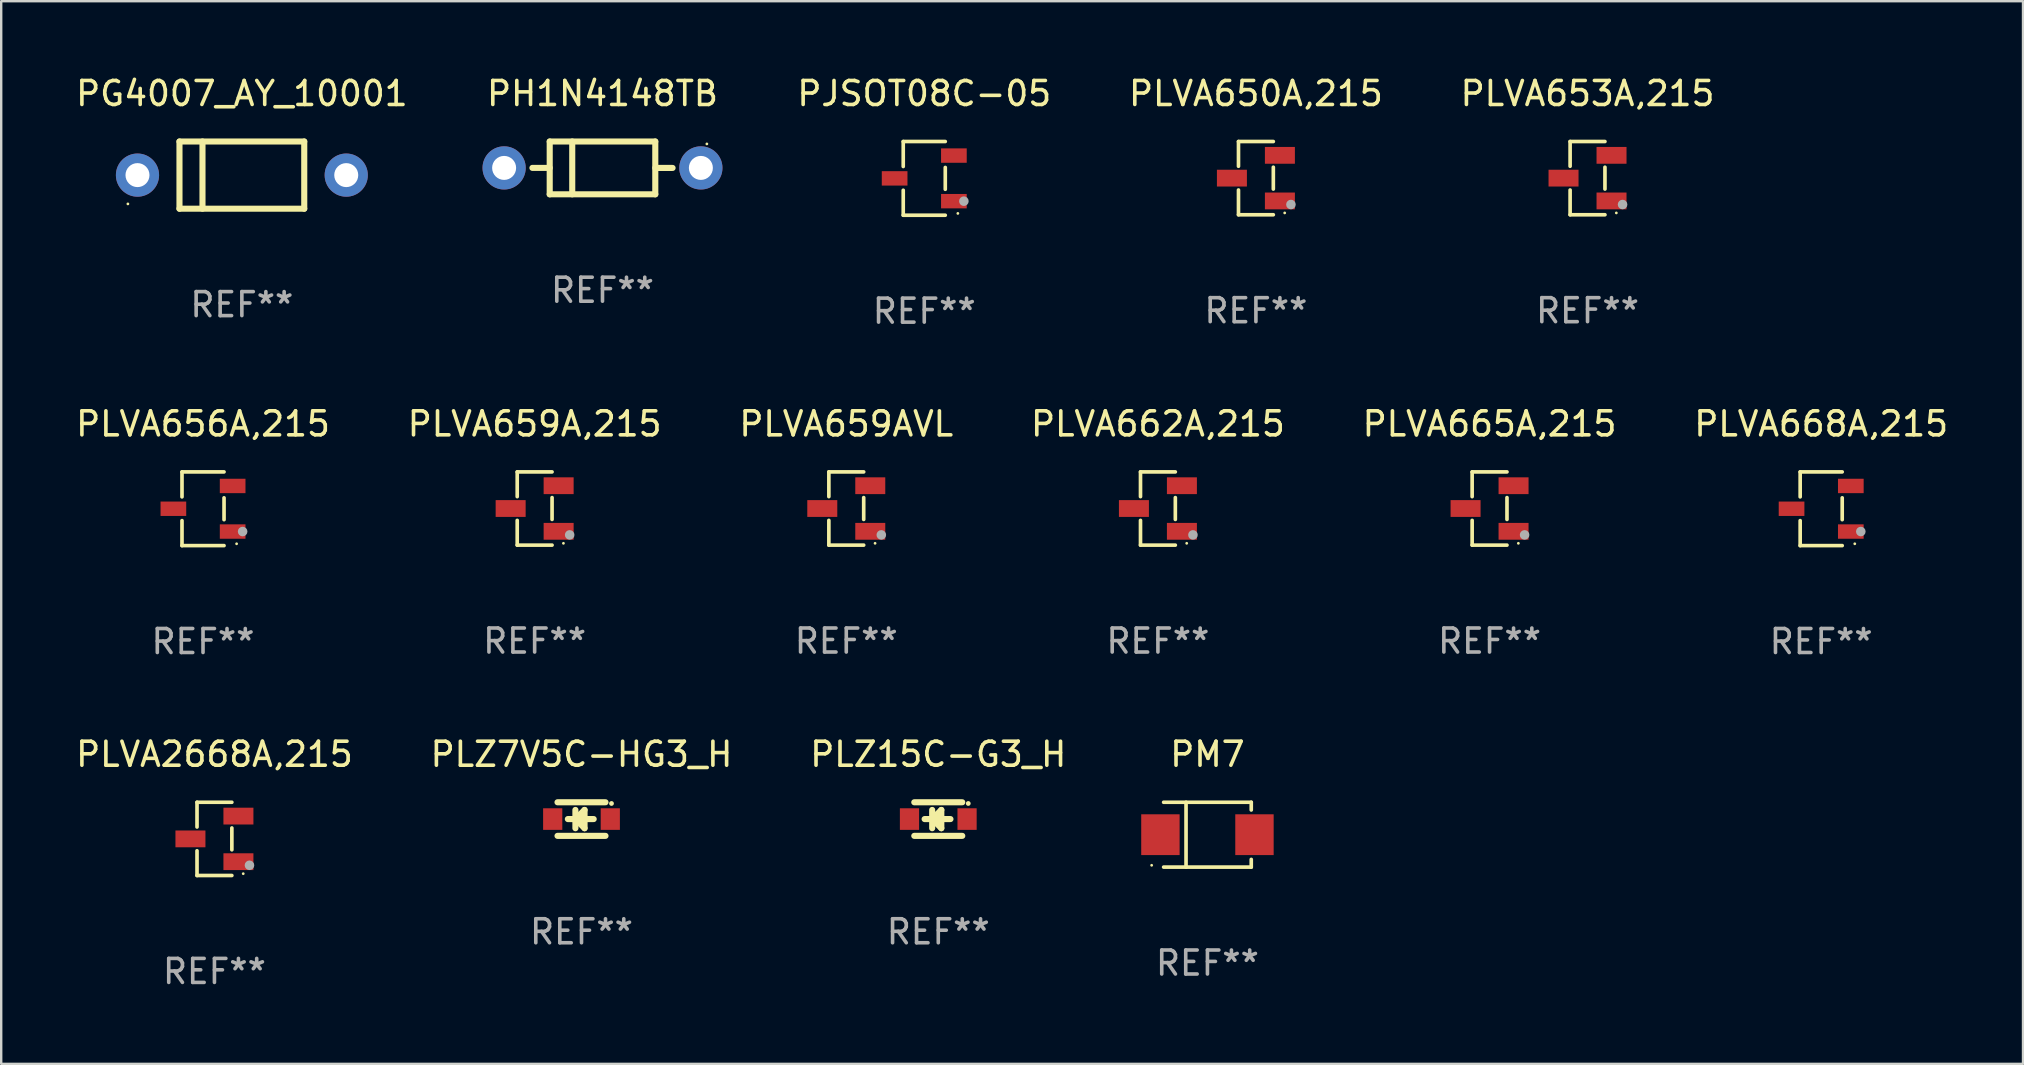
<source format=kicad_pcb>
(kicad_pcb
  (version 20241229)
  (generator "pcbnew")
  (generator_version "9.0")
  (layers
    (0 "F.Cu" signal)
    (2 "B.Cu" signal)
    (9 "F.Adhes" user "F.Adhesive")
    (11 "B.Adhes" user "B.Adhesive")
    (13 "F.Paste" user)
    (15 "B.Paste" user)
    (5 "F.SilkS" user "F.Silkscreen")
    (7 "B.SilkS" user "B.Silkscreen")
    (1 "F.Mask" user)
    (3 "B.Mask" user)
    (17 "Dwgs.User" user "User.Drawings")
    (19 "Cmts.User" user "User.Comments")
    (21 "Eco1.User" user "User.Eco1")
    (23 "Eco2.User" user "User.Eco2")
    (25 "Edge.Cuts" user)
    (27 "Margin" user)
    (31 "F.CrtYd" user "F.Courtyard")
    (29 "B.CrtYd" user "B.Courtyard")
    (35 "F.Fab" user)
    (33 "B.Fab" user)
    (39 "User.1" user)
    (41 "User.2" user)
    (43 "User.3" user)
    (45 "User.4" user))
  (footprint "PLVA662A,215"
    (layer "F.Cu")
    (at 45.208 18.143)
    (property "Reference" "PLVA662A,215" (at 0 -3.526 0) (layer "F.SilkS") (effects (font (size 1 1) (thickness 0.15))))
    (attr through_hole)
    (fp_line (start -0.726 -1.526) (end -0.726 -0.495) (stroke (width 0.152) (type solid)) (layer "F.SilkS"))
    (fp_line (start -0.726 1.526) (end -0.726 0.495) (stroke (width 0.152) (type solid)) (layer "F.SilkS"))
    (fp_line (start 0.726 -1.526) (end -0.726 -1.526) (stroke (width 0.152) (type solid)) (layer "F.SilkS"))
    (fp_line (start 0.726 -0.455) (end 0.726 0.455) (stroke (width 0.152) (type solid)) (layer "F.SilkS"))
    (fp_line (start 0.726 1.526) (end -0.726 1.526) (stroke (width 0.152) (type solid)) (layer "F.SilkS"))
    (fp_circle (center 1.2 1.45) (end 1.23 1.45) (stroke (width 0.06) (type solid)) (fill no) (layer "F.SilkS"))
    (fp_circle (center 1.46 1.1) (end 1.56 1.1) (stroke (width 0.2) (type solid)) (fill no) (layer "F.Fab"))
    (fp_text user "REF**" (at 0 5.526 0) (layer "F.Fab") (effects (font (size 1 1) (thickness 0.15))))
    (pad "1" smd rect (at 1 0.95) (size 1.25 0.7) (layers "F.Cu" "F.Mask" "F.Paste"))
    (pad "2" smd rect (at 1 -0.95) (size 1.25 0.7) (layers "F.Cu" "F.Mask" "F.Paste"))
    (pad "3" smd rect (at -1 0) (size 1.25 0.7) (layers "F.Cu" "F.Mask" "F.Paste")))
  (footprint "PLVA2668A,215"
    (layer "F.Cu")
    (at 5.887 31.912)
    (property "Reference" "PLVA2668A,215" (at 0 -3.526 0) (layer "F.SilkS") (effects (font (size 1 1) (thickness 0.15))))
    (attr through_hole)
    (fp_line (start -0.726 -1.526) (end -0.726 -0.495) (stroke (width 0.152) (type solid)) (layer "F.SilkS"))
    (fp_line (start -0.726 1.526) (end -0.726 0.495) (stroke (width 0.152) (type solid)) (layer "F.SilkS"))
    (fp_line (start 0.726 -1.526) (end -0.726 -1.526) (stroke (width 0.152) (type solid)) (layer "F.SilkS"))
    (fp_line (start 0.726 -0.455) (end 0.726 0.455) (stroke (width 0.152) (type solid)) (layer "F.SilkS"))
    (fp_line (start 0.726 1.526) (end -0.726 1.526) (stroke (width 0.152) (type solid)) (layer "F.SilkS"))
    (fp_circle (center 1.2 1.45) (end 1.23 1.45) (stroke (width 0.06) (type solid)) (fill no) (layer "F.SilkS"))
    (fp_circle (center 1.46 1.1) (end 1.56 1.1) (stroke (width 0.2) (type solid)) (fill no) (layer "F.Fab"))
    (fp_text user "REF**" (at 0 5.526 0) (layer "F.Fab") (effects (font (size 1 1) (thickness 0.15))))
    (pad "1" smd rect (at 1 0.95) (size 1.25 0.7) (layers "F.Cu" "F.Mask" "F.Paste"))
    (pad "2" smd rect (at 1 -0.95) (size 1.25 0.7) (layers "F.Cu" "F.Mask" "F.Paste"))
    (pad "3" smd rect (at -1 0) (size 1.25 0.7) (layers "F.Cu" "F.Mask" "F.Paste")))
  (footprint "PLVA665A,215"
    (layer "F.Cu")
    (at 59.03 18.143)
    (property "Reference" "PLVA665A,215" (at 0 -3.526 0) (layer "F.SilkS") (effects (font (size 1 1) (thickness 0.15))))
    (attr through_hole)
    (fp_line (start -0.726 -1.526) (end -0.726 -0.495) (stroke (width 0.152) (type solid)) (layer "F.SilkS"))
    (fp_line (start -0.726 1.526) (end -0.726 0.495) (stroke (width 0.152) (type solid)) (layer "F.SilkS"))
    (fp_line (start 0.726 -1.526) (end -0.726 -1.526) (stroke (width 0.152) (type solid)) (layer "F.SilkS"))
    (fp_line (start 0.726 -0.455) (end 0.726 0.455) (stroke (width 0.152) (type solid)) (layer "F.SilkS"))
    (fp_line (start 0.726 1.526) (end -0.726 1.526) (stroke (width 0.152) (type solid)) (layer "F.SilkS"))
    (fp_circle (center 1.2 1.45) (end 1.23 1.45) (stroke (width 0.06) (type solid)) (fill no) (layer "F.SilkS"))
    (fp_circle (center 1.46 1.1) (end 1.56 1.1) (stroke (width 0.2) (type solid)) (fill no) (layer "F.Fab"))
    (fp_text user "REF**" (at 0 5.526 0) (layer "F.Fab") (effects (font (size 1 1) (thickness 0.15))))
    (pad "1" smd rect (at 1 0.95) (size 1.25 0.7) (layers "F.Cu" "F.Mask" "F.Paste"))
    (pad "2" smd rect (at 1 -0.95) (size 1.25 0.7) (layers "F.Cu" "F.Mask" "F.Paste"))
    (pad "3" smd rect (at -1 0) (size 1.25 0.7) (layers "F.Cu" "F.Mask" "F.Paste")))
  (footprint "PLVA656A,215"
    (layer "F.Cu")
    (at 5.411 18.153)
    (property "Reference" "PLVA656A,215" (at 0 -3.536 0) (layer "F.SilkS") (effects (font (size 1 1) (thickness 0.15))))
    (attr through_hole)
    (fp_line (start -0.876 -1.536) (end -0.876 -0.495) (stroke (width 0.152) (type solid)) (layer "F.SilkS"))
    (fp_line (start -0.876 1.536) (end -0.876 0.495) (stroke (width 0.152) (type solid)) (layer "F.SilkS"))
    (fp_line (start 0.876 -1.536) (end -0.876 -1.536) (stroke (width 0.152) (type solid)) (layer "F.SilkS"))
    (fp_line (start 0.876 -0.455) (end 0.876 0.455) (stroke (width 0.152) (type solid)) (layer "F.SilkS"))
    (fp_line (start 0.876 1.536) (end -0.876 1.536) (stroke (width 0.152) (type solid)) (layer "F.SilkS"))
    (fp_circle (center 1.4 1.46) (end 1.43 1.46) (stroke (width 0.06) (type solid)) (fill no) (layer "F.SilkS"))
    (fp_circle (center 1.651 0.95) (end 1.751 0.95) (stroke (width 0.2) (type solid)) (fill no) (layer "F.Fab"))
    (fp_text user "REF**" (at 0 5.536 0) (layer "F.Fab") (effects (font (size 1 1) (thickness 0.15))))
    (pad "1" smd rect (at 1.235 0.95) (size 1.07 0.6) (layers "F.Cu" "F.Mask" "F.Paste"))
    (pad "2" smd rect (at 1.235 -0.95) (size 1.07 0.6) (layers "F.Cu" "F.Mask" "F.Paste"))
    (pad "3" smd rect (at -1.235 0) (size 1.07 0.6) (layers "F.Cu" "F.Mask" "F.Paste")))
  (footprint "PLVA668A,215"
    (layer "F.Cu")
    (at 72.851 18.153)
    (property "Reference" "PLVA668A,215" (at 0 -3.536 0) (layer "F.SilkS") (effects (font (size 1 1) (thickness 0.15))))
    (attr through_hole)
    (fp_line (start -0.876 -1.536) (end -0.876 -0.495) (stroke (width 0.152) (type solid)) (layer "F.SilkS"))
    (fp_line (start -0.876 1.536) (end -0.876 0.495) (stroke (width 0.152) (type solid)) (layer "F.SilkS"))
    (fp_line (start 0.876 -1.536) (end -0.876 -1.536) (stroke (width 0.152) (type solid)) (layer "F.SilkS"))
    (fp_line (start 0.876 -0.455) (end 0.876 0.455) (stroke (width 0.152) (type solid)) (layer "F.SilkS"))
    (fp_line (start 0.876 1.536) (end -0.876 1.536) (stroke (width 0.152) (type solid)) (layer "F.SilkS"))
    (fp_circle (center 1.4 1.46) (end 1.43 1.46) (stroke (width 0.06) (type solid)) (fill no) (layer "F.SilkS"))
    (fp_circle (center 1.651 0.95) (end 1.751 0.95) (stroke (width 0.2) (type solid)) (fill no) (layer "F.Fab"))
    (fp_text user "REF**" (at 0 5.536 0) (layer "F.Fab") (effects (font (size 1 1) (thickness 0.15))))
    (pad "1" smd rect (at 1.235 0.95) (size 1.07 0.6) (layers "F.Cu" "F.Mask" "F.Paste"))
    (pad "2" smd rect (at 1.235 -0.95) (size 1.07 0.6) (layers "F.Cu" "F.Mask" "F.Paste"))
    (pad "3" smd rect (at -1.235 0) (size 1.07 0.6) (layers "F.Cu" "F.Mask" "F.Paste")))
  (footprint "PLZ7V5C-HG3_H"
    (layer "F.Cu")
    (at 21.185 31.086)
    (property "Reference" "PLZ7V5C-HG3_H" (at 0 -2.7 0) (layer "F.SilkS") (effects (font (size 1 1) (thickness 0.15))))
    (attr through_hole)
    (fp_line (start -0.569 0) (end 0.508 0) (stroke (width 0.254) (type solid)) (layer "F.SilkS"))
    (fp_line (start -0.254 -0.381) (end -0.254 0.381) (stroke (width 0.254) (type solid)) (layer "F.SilkS"))
    (fp_line (start -0.254 0) (end -0.254 0) (stroke (width 0.254) (type solid)) (layer "F.SilkS"))
    (fp_line (start -0.254 0) (end -0.254 0) (stroke (width 0.254) (type solid)) (layer "F.SilkS"))
    (fp_line (start -0.254 0) (end -0.254 0) (stroke (width 0.254) (type solid)) (layer "F.SilkS"))
    (fp_line (start -0.254 0) (end 0.127 -0.381) (stroke (width 0.254) (type solid)) (layer "F.SilkS"))
    (fp_line (start -0.254 0) (end 0.127 0.381) (stroke (width 0.254) (type solid)) (layer "F.SilkS"))
    (fp_line (start 0.127 0.381) (end 0.127 -0.381) (stroke (width 0.254) (type solid)) (layer "F.SilkS"))
    (fp_line (start 1 -0.7) (end -1 -0.7) (stroke (width 0.254) (type solid)) (layer "F.SilkS"))
    (fp_line (start 1 0.7) (end -1 0.7) (stroke (width 0.254) (type solid)) (layer "F.SilkS"))
    (fp_circle (center 1.25 -0.65) (end 1.3 -0.65) (stroke (width 0.1) (type solid)) (fill no) (layer "F.SilkS"))
    (fp_text user "REF**" (at 0 4.7 0) (layer "F.Fab") (effects (font (size 1 1) (thickness 0.15))))
    (pad "1" smd rect (at 1.2 0 180) (size 0.8 0.9) (layers "F.Cu" "F.Mask" "F.Paste"))
    (pad "2" smd rect (at -1.2 0 180) (size 0.8 0.9) (layers "F.Cu" "F.Mask" "F.Paste")))
  (footprint "PLVA659AVL"
    (layer "F.Cu")
    (at 32.22 18.143)
    (property "Reference" "PLVA659AVL" (at 0 -3.526 0) (layer "F.SilkS") (effects (font (size 1 1) (thickness 0.15))))
    (attr through_hole)
    (fp_line (start -0.726 -1.526) (end -0.726 -0.495) (stroke (width 0.152) (type solid)) (layer "F.SilkS"))
    (fp_line (start -0.726 1.526) (end -0.726 0.495) (stroke (width 0.152) (type solid)) (layer "F.SilkS"))
    (fp_line (start 0.726 -1.526) (end -0.726 -1.526) (stroke (width 0.152) (type solid)) (layer "F.SilkS"))
    (fp_line (start 0.726 -0.455) (end 0.726 0.455) (stroke (width 0.152) (type solid)) (layer "F.SilkS"))
    (fp_line (start 0.726 1.526) (end -0.726 1.526) (stroke (width 0.152) (type solid)) (layer "F.SilkS"))
    (fp_circle (center 1.2 1.45) (end 1.23 1.45) (stroke (width 0.06) (type solid)) (fill no) (layer "F.SilkS"))
    (fp_circle (center 1.46 1.1) (end 1.56 1.1) (stroke (width 0.2) (type solid)) (fill no) (layer "F.Fab"))
    (fp_text user "REF**" (at 0 5.526 0) (layer "F.Fab") (effects (font (size 1 1) (thickness 0.15))))
    (pad "1" smd rect (at 1 0.95) (size 1.25 0.7) (layers "F.Cu" "F.Mask" "F.Paste"))
    (pad "2" smd rect (at 1 -0.95) (size 1.25 0.7) (layers "F.Cu" "F.Mask" "F.Paste"))
    (pad "3" smd rect (at -1 0) (size 1.25 0.7) (layers "F.Cu" "F.Mask" "F.Paste")))
  (footprint "PM7"
    (layer "F.Cu")
    (at 47.272 31.737)
    (property "Reference" "PM7" (at 0 -3.351 0) (layer "F.SilkS") (effects (font (size 1 1) (thickness 0.15))))
    (attr through_hole)
    (fp_line (start -1.826 -1.351) (end 1.826 -1.351) (stroke (width 0.152) (type solid)) (layer "F.SilkS"))
    (fp_line (start -1.826 1.351) (end 1.826 1.351) (stroke (width 0.152) (type solid)) (layer "F.SilkS"))
    (fp_line (start -0.892 -1.351) (end -0.892 1.351) (stroke (width 0.152) (type solid)) (layer "F.SilkS"))
    (fp_line (start 1.826 -1.351) (end 1.826 -1.03) (stroke (width 0.152) (type solid)) (layer "F.SilkS"))
    (fp_line (start 1.826 1.03) (end 1.826 1.351) (stroke (width 0.152) (type solid)) (layer "F.SilkS"))
    (fp_circle (center -2.325 1.275) (end -2.295 1.275) (stroke (width 0.06) (type solid)) (fill no) (layer "F.SilkS"))
    (fp_text user "REF**" (at 0 5.351 0) (layer "F.Fab") (effects (font (size 1 1) (thickness 0.15))))
    (pad "1" smd rect (at -1.96 0 180) (size 1.6 1.7) (layers "F.Cu" "F.Mask" "F.Paste"))
    (pad "2" smd rect (at 1.96 0 180) (size 1.6 1.7) (layers "F.Cu" "F.Mask" "F.Paste")))
  (footprint "PLZ15C-G3_H"
    (layer "F.Cu")
    (at 36.054 31.086)
    (property "Reference" "PLZ15C-G3_H" (at 0 -2.7 0) (layer "F.SilkS") (effects (font (size 1 1) (thickness 0.15))))
    (attr through_hole)
    (fp_line (start -0.569 0) (end 0.508 0) (stroke (width 0.254) (type solid)) (layer "F.SilkS"))
    (fp_line (start -0.254 -0.381) (end -0.254 0.381) (stroke (width 0.254) (type solid)) (layer "F.SilkS"))
    (fp_line (start -0.254 0) (end -0.254 0) (stroke (width 0.254) (type solid)) (layer "F.SilkS"))
    (fp_line (start -0.254 0) (end -0.254 0) (stroke (width 0.254) (type solid)) (layer "F.SilkS"))
    (fp_line (start -0.254 0) (end -0.254 0) (stroke (width 0.254) (type solid)) (layer "F.SilkS"))
    (fp_line (start -0.254 0) (end 0.127 -0.381) (stroke (width 0.254) (type solid)) (layer "F.SilkS"))
    (fp_line (start -0.254 0) (end 0.127 0.381) (stroke (width 0.254) (type solid)) (layer "F.SilkS"))
    (fp_line (start 0.127 0.381) (end 0.127 -0.381) (stroke (width 0.254) (type solid)) (layer "F.SilkS"))
    (fp_line (start 1 -0.7) (end -1 -0.7) (stroke (width 0.254) (type solid)) (layer "F.SilkS"))
    (fp_line (start 1 0.7) (end -1 0.7) (stroke (width 0.254) (type solid)) (layer "F.SilkS"))
    (fp_circle (center 1.25 -0.65) (end 1.3 -0.65) (stroke (width 0.1) (type solid)) (fill no) (layer "F.SilkS"))
    (fp_text user "REF**" (at 0 4.7 0) (layer "F.Fab") (effects (font (size 1 1) (thickness 0.15))))
    (pad "1" smd rect (at 1.2 0 180) (size 0.8 0.9) (layers "F.Cu" "F.Mask" "F.Paste"))
    (pad "2" smd rect (at -1.2 0 180) (size 0.8 0.9) (layers "F.Cu" "F.Mask" "F.Paste")))
  (footprint "PLVA653A,215"
    (layer "F.Cu")
    (at 63.113 4.374)
    (property "Reference" "PLVA653A,215" (at 0 -3.526 0) (layer "F.SilkS") (effects (font (size 1 1) (thickness 0.15))))
    (attr through_hole)
    (fp_line (start -0.726 -1.526) (end -0.726 -0.495) (stroke (width 0.152) (type solid)) (layer "F.SilkS"))
    (fp_line (start -0.726 1.526) (end -0.726 0.495) (stroke (width 0.152) (type solid)) (layer "F.SilkS"))
    (fp_line (start 0.726 -1.526) (end -0.726 -1.526) (stroke (width 0.152) (type solid)) (layer "F.SilkS"))
    (fp_line (start 0.726 -0.455) (end 0.726 0.455) (stroke (width 0.152) (type solid)) (layer "F.SilkS"))
    (fp_line (start 0.726 1.526) (end -0.726 1.526) (stroke (width 0.152) (type solid)) (layer "F.SilkS"))
    (fp_circle (center 1.2 1.45) (end 1.23 1.45) (stroke (width 0.06) (type solid)) (fill no) (layer "F.SilkS"))
    (fp_circle (center 1.46 1.1) (end 1.56 1.1) (stroke (width 0.2) (type solid)) (fill no) (layer "F.Fab"))
    (fp_text user "REF**" (at 0 5.526 0) (layer "F.Fab") (effects (font (size 1 1) (thickness 0.15))))
    (pad "1" smd rect (at 1 0.95) (size 1.25 0.7) (layers "F.Cu" "F.Mask" "F.Paste"))
    (pad "2" smd rect (at 1 -0.95) (size 1.25 0.7) (layers "F.Cu" "F.Mask" "F.Paste"))
    (pad "3" smd rect (at -1 0) (size 1.25 0.7) (layers "F.Cu" "F.Mask" "F.Paste")))
  (footprint "PJSOT08C-05"
    (layer "F.Cu")
    (at 35.47 4.384)
    (property "Reference" "PJSOT08C-05" (at 0 -3.536 0) (layer "F.SilkS") (effects (font (size 1 1) (thickness 0.15))))
    (attr through_hole)
    (fp_line (start -0.876 -1.536) (end -0.876 -0.495) (stroke (width 0.152) (type solid)) (layer "F.SilkS"))
    (fp_line (start -0.876 1.536) (end -0.876 0.495) (stroke (width 0.152) (type solid)) (layer "F.SilkS"))
    (fp_line (start 0.876 -1.536) (end -0.876 -1.536) (stroke (width 0.152) (type solid)) (layer "F.SilkS"))
    (fp_line (start 0.876 -0.455) (end 0.876 0.455) (stroke (width 0.152) (type solid)) (layer "F.SilkS"))
    (fp_line (start 0.876 1.536) (end -0.876 1.536) (stroke (width 0.152) (type solid)) (layer "F.SilkS"))
    (fp_circle (center 1.4 1.46) (end 1.43 1.46) (stroke (width 0.06) (type solid)) (fill no) (layer "F.SilkS"))
    (fp_circle (center 1.651 0.95) (end 1.751 0.95) (stroke (width 0.2) (type solid)) (fill no) (layer "F.Fab"))
    (fp_text user "REF**" (at 0 5.536 0) (layer "F.Fab") (effects (font (size 1 1) (thickness 0.15))))
    (pad "1" smd rect (at 1.235 0.95) (size 1.07 0.6) (layers "F.Cu" "F.Mask" "F.Paste"))
    (pad "2" smd rect (at 1.235 -0.95) (size 1.07 0.6) (layers "F.Cu" "F.Mask" "F.Paste"))
    (pad "3" smd rect (at -1.235 0) (size 1.07 0.6) (layers "F.Cu" "F.Mask" "F.Paste")))
  (footprint "PH1N4148TB"
    (layer "F.Cu")
    (at 22.06 3.948)
    (property "Reference" "PH1N4148TB" (at 0 -3.1 0) (layer "F.SilkS") (effects (font (size 1 1) (thickness 0.15))))
    (attr through_hole)
    (fp_line (start -2.2 -1.1) (end -2.2 1.1) (stroke (width 0.254) (type solid)) (layer "F.SilkS"))
    (fp_line (start -2.2 -1.1) (end 2.2 -1.1) (stroke (width 0.254) (type solid)) (layer "F.SilkS"))
    (fp_line (start -2.2 -0.001) (end -2.921 -0.001) (stroke (width 0.254) (type solid)) (layer "F.SilkS"))
    (fp_line (start -2.2 1.1) (end 2.2 1.1) (stroke (width 0.254) (type solid)) (layer "F.SilkS"))
    (fp_line (start -1.261 -1.1) (end -1.261 1.1) (stroke (width 0.254) (type solid)) (layer "F.SilkS"))
    (fp_line (start 2.2 -1.1) (end 2.2 1.1) (stroke (width 0.254) (type solid)) (layer "F.SilkS"))
    (fp_line (start 2.2 0.001) (end 2.921 0.001) (stroke (width 0.254) (type solid)) (layer "F.SilkS"))
    (fp_circle (center 4.35 -1) (end 4.38 -1) (stroke (width 0.06) (type solid)) (fill no) (layer "F.SilkS"))
    (fp_text user "REF**" (at 0 5.1 0) (layer "F.Fab") (effects (font (size 1 1) (thickness 0.15))))
    (pad "1" thru_hole circle (at 4.1 0) (size 1.8 1.8) (drill 1) (layers "*.Cu" "*.Mask"))
    (pad "2" thru_hole circle (at -4.1 0) (size 1.8 1.8) (drill 1) (layers "*.Cu" "*.Mask")))
  (footprint "PLVA659A,215"
    (layer "F.Cu")
    (at 19.232 18.143)
    (property "Reference" "PLVA659A,215" (at 0 -3.526 0) (layer "F.SilkS") (effects (font (size 1 1) (thickness 0.15))))
    (attr through_hole)
    (fp_line (start -0.726 -1.526) (end -0.726 -0.495) (stroke (width 0.152) (type solid)) (layer "F.SilkS"))
    (fp_line (start -0.726 1.526) (end -0.726 0.495) (stroke (width 0.152) (type solid)) (layer "F.SilkS"))
    (fp_line (start 0.726 -1.526) (end -0.726 -1.526) (stroke (width 0.152) (type solid)) (layer "F.SilkS"))
    (fp_line (start 0.726 -0.455) (end 0.726 0.455) (stroke (width 0.152) (type solid)) (layer "F.SilkS"))
    (fp_line (start 0.726 1.526) (end -0.726 1.526) (stroke (width 0.152) (type solid)) (layer "F.SilkS"))
    (fp_circle (center 1.2 1.45) (end 1.23 1.45) (stroke (width 0.06) (type solid)) (fill no) (layer "F.SilkS"))
    (fp_circle (center 1.46 1.1) (end 1.56 1.1) (stroke (width 0.2) (type solid)) (fill no) (layer "F.Fab"))
    (fp_text user "REF**" (at 0 5.526 0) (layer "F.Fab") (effects (font (size 1 1) (thickness 0.15))))
    (pad "1" smd rect (at 1 0.95) (size 1.25 0.7) (layers "F.Cu" "F.Mask" "F.Paste"))
    (pad "2" smd rect (at 1 -0.95) (size 1.25 0.7) (layers "F.Cu" "F.Mask" "F.Paste"))
    (pad "3" smd rect (at -1 0) (size 1.25 0.7) (layers "F.Cu" "F.Mask" "F.Paste")))
  (footprint "PG4007_AY_10001"
    (layer "F.Cu")
    (at 7.03 4.248)
    (property "Reference" "PG4007_AY_10001" (at 0 -3.4 0) (layer "F.SilkS") (effects (font (size 1 1) (thickness 0.15))))
    (attr through_hole)
    (fp_line (start -2.6 -1.4) (end -2.6 1.4) (stroke (width 0.254) (type solid)) (layer "F.SilkS"))
    (fp_line (start -2.6 -1.4) (end 2.6 -1.4) (stroke (width 0.254) (type solid)) (layer "F.SilkS"))
    (fp_line (start -2.6 1.4) (end 2.6 1.4) (stroke (width 0.254) (type solid)) (layer "F.SilkS"))
    (fp_line (start -1.641 -1.4) (end -1.641 1.4) (stroke (width 0.254) (type solid)) (layer "F.SilkS"))
    (fp_line (start 2.6 -1.4) (end 2.6 1.4) (stroke (width 0.254) (type solid)) (layer "F.SilkS"))
    (fp_circle (center -4.75 1.2) (end -4.72 1.2) (stroke (width 0.06) (type solid)) (fill no) (layer "F.SilkS"))
    (fp_text user "REF**" (at 0 5.4 0) (layer "F.Fab") (effects (font (size 1 1) (thickness 0.15))))
    (pad "1" thru_hole circle (at -4.35 0) (size 1.8 1.8) (drill 1) (layers "*.Cu" "*.Mask"))
    (pad "2" thru_hole circle (at 4.35 0) (size 1.8 1.8) (drill 1) (layers "*.Cu" "*.Mask")))
  (footprint "PLVA650A,215"
    (layer "F.Cu")
    (at 49.292 4.374)
    (property "Reference" "PLVA650A,215" (at 0 -3.526 0) (layer "F.SilkS") (effects (font (size 1 1) (thickness 0.15))))
    (attr through_hole)
    (fp_line (start -0.726 -1.526) (end -0.726 -0.495) (stroke (width 0.152) (type solid)) (layer "F.SilkS"))
    (fp_line (start -0.726 1.526) (end -0.726 0.495) (stroke (width 0.152) (type solid)) (layer "F.SilkS"))
    (fp_line (start 0.726 -1.526) (end -0.726 -1.526) (stroke (width 0.152) (type solid)) (layer "F.SilkS"))
    (fp_line (start 0.726 -0.455) (end 0.726 0.455) (stroke (width 0.152) (type solid)) (layer "F.SilkS"))
    (fp_line (start 0.726 1.526) (end -0.726 1.526) (stroke (width 0.152) (type solid)) (layer "F.SilkS"))
    (fp_circle (center 1.2 1.45) (end 1.23 1.45) (stroke (width 0.06) (type solid)) (fill no) (layer "F.SilkS"))
    (fp_circle (center 1.46 1.1) (end 1.56 1.1) (stroke (width 0.2) (type solid)) (fill no) (layer "F.Fab"))
    (fp_text user "REF**" (at 0 5.526 0) (layer "F.Fab") (effects (font (size 1 1) (thickness 0.15))))
    (pad "1" smd rect (at 1 0.95) (size 1.25 0.7) (layers "F.Cu" "F.Mask" "F.Paste"))
    (pad "2" smd rect (at 1 -0.95) (size 1.25 0.7) (layers "F.Cu" "F.Mask" "F.Paste"))
    (pad "3" smd rect (at -1 0) (size 1.25 0.7) (layers "F.Cu" "F.Mask" "F.Paste")))
  (gr_rect
    (start -3 -3)
    (end 81.262 41.287)
    (stroke (width 0.1) (type default))
    (fill no)
    (layer "Edge.Cuts")))
</source>
